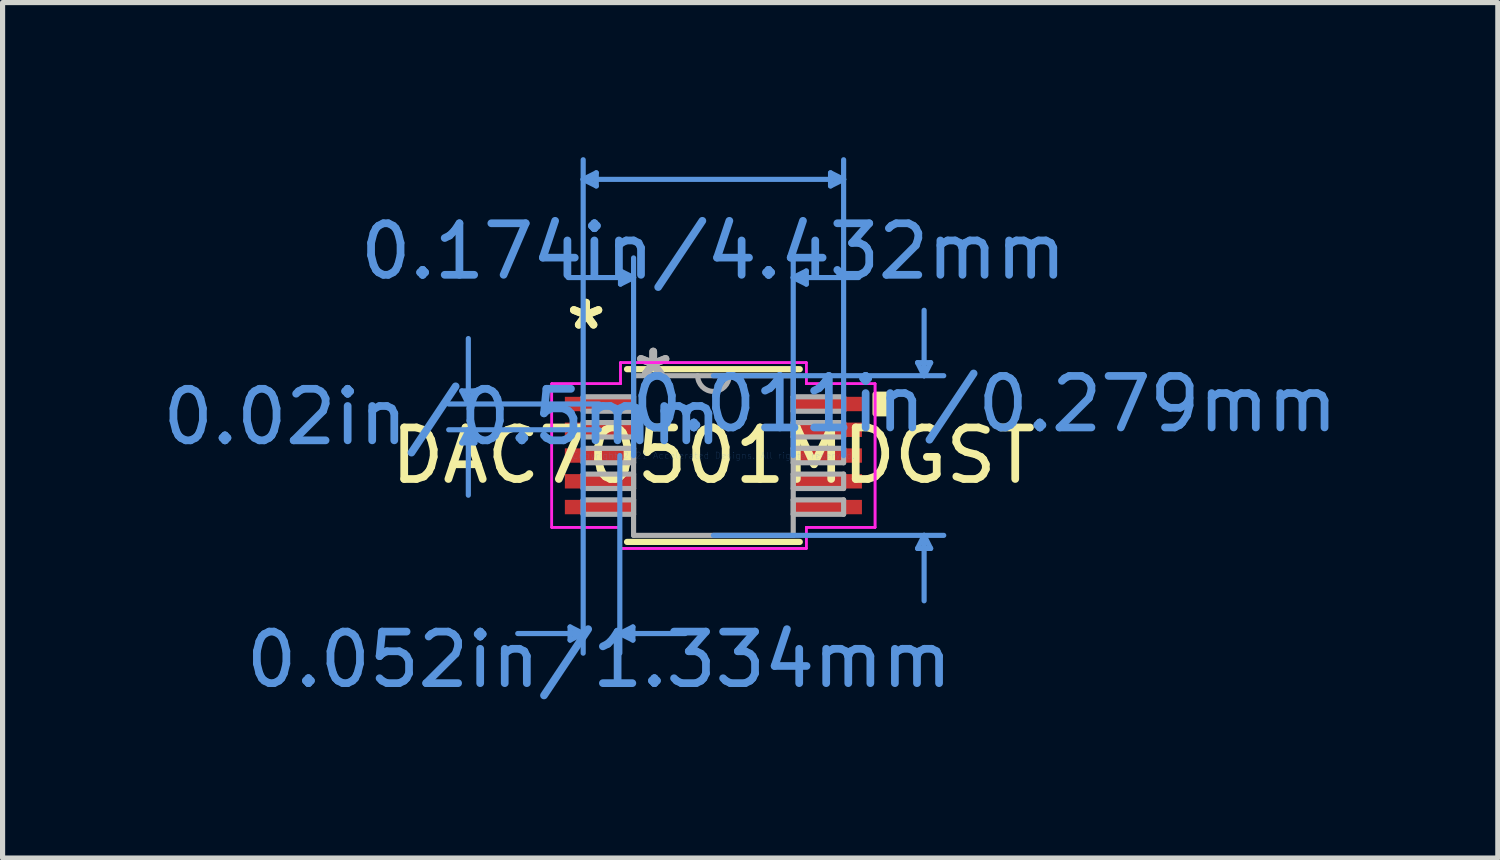
<source format=kicad_pcb>
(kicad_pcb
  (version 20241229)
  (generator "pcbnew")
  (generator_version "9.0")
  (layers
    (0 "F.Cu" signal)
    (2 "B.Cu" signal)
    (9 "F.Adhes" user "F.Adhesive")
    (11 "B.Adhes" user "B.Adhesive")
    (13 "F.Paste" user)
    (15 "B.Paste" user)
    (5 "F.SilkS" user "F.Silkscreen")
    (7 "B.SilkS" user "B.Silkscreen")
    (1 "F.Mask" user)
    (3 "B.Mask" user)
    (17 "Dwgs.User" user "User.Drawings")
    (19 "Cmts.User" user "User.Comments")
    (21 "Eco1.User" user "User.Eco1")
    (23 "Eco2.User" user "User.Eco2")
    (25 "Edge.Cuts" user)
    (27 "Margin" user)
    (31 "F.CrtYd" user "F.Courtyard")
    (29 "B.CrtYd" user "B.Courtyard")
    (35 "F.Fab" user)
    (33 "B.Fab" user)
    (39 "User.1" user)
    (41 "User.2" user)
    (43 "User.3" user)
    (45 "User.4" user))
  (footprint "DAC70501MDGST"
    (layer "F.Cu")
    (at 10.794 5.79)
    (property "Reference" "DAC70501MDGST" (at 0 0 0) (layer "F.SilkS") (effects (font (size 1 1) (thickness 0.15))))
    (attr through_hole)
    (fp_line (start -1.676 1.676) (end 1.676 1.676) (stroke (width 0.12) (type solid)) (layer "F.SilkS"))
    (fp_line (start 1.676 -1.676) (end -1.676 -1.676) (stroke (width 0.12) (type solid)) (layer "F.SilkS"))
    (fp_poly (pts (xy 3.391 -1.191) (xy 3.391 -0.81) (xy 3.137 -0.81) (xy 3.137 -1.191)) (stroke (width 0.1) (type solid)) (fill yes) (layer "F.SilkS"))
    (fp_line (start -4.883 -1.254) (end -4.629 -1.254) (stroke (width 0.1) (type solid)) (layer "Cmts.User"))
    (fp_line (start -4.883 -0.246) (end -4.629 -0.246) (stroke (width 0.1) (type solid)) (layer "Cmts.User"))
    (fp_line (start -4.756 -1) (end -4.883 -1.254) (stroke (width 0.1) (type solid)) (layer "Cmts.User"))
    (fp_line (start -4.756 -1) (end -4.756 -2.27) (stroke (width 0.1) (type solid)) (layer "Cmts.User"))
    (fp_line (start -4.756 -1) (end -4.629 -1.254) (stroke (width 0.1) (type solid)) (layer "Cmts.User"))
    (fp_line (start -4.756 -0.5) (end -4.883 -0.246) (stroke (width 0.1) (type solid)) (layer "Cmts.User"))
    (fp_line (start -4.756 -0.5) (end -4.756 0.77) (stroke (width 0.1) (type solid)) (layer "Cmts.User"))
    (fp_line (start -4.756 -0.5) (end -4.629 -0.246) (stroke (width 0.1) (type solid)) (layer "Cmts.User"))
    (fp_line (start -2.781 3.327) (end -2.781 3.581) (stroke (width 0.1) (type solid)) (layer "Cmts.User"))
    (fp_line (start -2.527 -5.359) (end -2.273 -5.486) (stroke (width 0.1) (type solid)) (layer "Cmts.User"))
    (fp_line (start -2.527 -5.359) (end -2.273 -5.232) (stroke (width 0.1) (type solid)) (layer "Cmts.User"))
    (fp_line (start -2.527 -5.359) (end 2.527 -5.359) (stroke (width 0.1) (type solid)) (layer "Cmts.User"))
    (fp_line (start -2.527 0) (end -2.527 -5.74) (stroke (width 0.1) (type solid)) (layer "Cmts.User"))
    (fp_line (start -2.527 0) (end -2.527 3.835) (stroke (width 0.1) (type solid)) (layer "Cmts.User"))
    (fp_line (start -2.527 3.454) (end -3.797 3.454) (stroke (width 0.1) (type solid)) (layer "Cmts.User"))
    (fp_line (start -2.527 3.454) (end -2.781 3.327) (stroke (width 0.1) (type solid)) (layer "Cmts.User"))
    (fp_line (start -2.527 3.454) (end -2.781 3.581) (stroke (width 0.1) (type solid)) (layer "Cmts.User"))
    (fp_line (start -2.273 -5.486) (end -2.273 -5.232) (stroke (width 0.1) (type solid)) (layer "Cmts.User"))
    (fp_line (start -2.216 -1) (end -5.137 -1) (stroke (width 0.1) (type solid)) (layer "Cmts.User"))
    (fp_line (start -2.216 -0.5) (end -5.137 -0.5) (stroke (width 0.1) (type solid)) (layer "Cmts.User"))
    (fp_line (start -1.816 0) (end -1.816 3.835) (stroke (width 0.1) (type solid)) (layer "Cmts.User"))
    (fp_line (start -1.816 3.454) (end -1.562 3.327) (stroke (width 0.1) (type solid)) (layer "Cmts.User"))
    (fp_line (start -1.816 3.454) (end -1.562 3.581) (stroke (width 0.1) (type solid)) (layer "Cmts.User"))
    (fp_line (start -1.816 3.454) (end -0.546 3.454) (stroke (width 0.1) (type solid)) (layer "Cmts.User"))
    (fp_line (start -1.803 -3.581) (end -1.803 -3.327) (stroke (width 0.1) (type solid)) (layer "Cmts.User"))
    (fp_line (start -1.562 3.327) (end -1.562 3.581) (stroke (width 0.1) (type solid)) (layer "Cmts.User"))
    (fp_line (start -1.549 -3.454) (end -2.819 -3.454) (stroke (width 0.1) (type solid)) (layer "Cmts.User"))
    (fp_line (start -1.549 -3.454) (end -1.803 -3.581) (stroke (width 0.1) (type solid)) (layer "Cmts.User"))
    (fp_line (start -1.549 -3.454) (end -1.803 -3.327) (stroke (width 0.1) (type solid)) (layer "Cmts.User"))
    (fp_line (start -1.549 0) (end -1.549 -3.835) (stroke (width 0.1) (type solid)) (layer "Cmts.User"))
    (fp_line (start 0 -1.549) (end 4.47 -1.549) (stroke (width 0.1) (type solid)) (layer "Cmts.User"))
    (fp_line (start 0 1.549) (end 4.47 1.549) (stroke (width 0.1) (type solid)) (layer "Cmts.User"))
    (fp_line (start 1.549 -3.454) (end 1.803 -3.581) (stroke (width 0.1) (type solid)) (layer "Cmts.User"))
    (fp_line (start 1.549 -3.454) (end 1.803 -3.327) (stroke (width 0.1) (type solid)) (layer "Cmts.User"))
    (fp_line (start 1.549 -3.454) (end 2.819 -3.454) (stroke (width 0.1) (type solid)) (layer "Cmts.User"))
    (fp_line (start 1.549 0) (end 1.549 -3.835) (stroke (width 0.1) (type solid)) (layer "Cmts.User"))
    (fp_line (start 1.803 -3.581) (end 1.803 -3.327) (stroke (width 0.1) (type solid)) (layer "Cmts.User"))
    (fp_line (start 2.273 -5.486) (end 2.273 -5.232) (stroke (width 0.1) (type solid)) (layer "Cmts.User"))
    (fp_line (start 2.527 -5.359) (end 2.273 -5.486) (stroke (width 0.1) (type solid)) (layer "Cmts.User"))
    (fp_line (start 2.527 -5.359) (end 2.273 -5.232) (stroke (width 0.1) (type solid)) (layer "Cmts.User"))
    (fp_line (start 2.527 0) (end 2.527 -5.74) (stroke (width 0.1) (type solid)) (layer "Cmts.User"))
    (fp_line (start 3.962 -1.803) (end 4.216 -1.803) (stroke (width 0.1) (type solid)) (layer "Cmts.User"))
    (fp_line (start 3.962 1.803) (end 4.216 1.803) (stroke (width 0.1) (type solid)) (layer "Cmts.User"))
    (fp_line (start 4.089 -1.549) (end 3.962 -1.803) (stroke (width 0.1) (type solid)) (layer "Cmts.User"))
    (fp_line (start 4.089 -1.549) (end 4.089 -2.819) (stroke (width 0.1) (type solid)) (layer "Cmts.User"))
    (fp_line (start 4.089 -1.549) (end 4.216 -1.803) (stroke (width 0.1) (type solid)) (layer "Cmts.User"))
    (fp_line (start 4.089 1.549) (end 3.962 1.803) (stroke (width 0.1) (type solid)) (layer "Cmts.User"))
    (fp_line (start 4.089 1.549) (end 4.089 2.819) (stroke (width 0.1) (type solid)) (layer "Cmts.User"))
    (fp_line (start 4.089 1.549) (end 4.216 1.803) (stroke (width 0.1) (type solid)) (layer "Cmts.User"))
    (fp_line (start -3.137 -1.394) (end -1.803 -1.394) (stroke (width 0.05) (type solid)) (layer "F.CrtYd"))
    (fp_line (start -3.137 -1.394) (end -1.803 -1.394) (stroke (width 0.05) (type solid)) (layer "F.CrtYd"))
    (fp_line (start -3.137 1.394) (end -3.137 -1.394) (stroke (width 0.05) (type solid)) (layer "F.CrtYd"))
    (fp_line (start -3.137 1.394) (end -3.137 -1.394) (stroke (width 0.05) (type solid)) (layer "F.CrtYd"))
    (fp_line (start -3.137 1.394) (end -1.803 1.394) (stroke (width 0.05) (type solid)) (layer "F.CrtYd"))
    (fp_line (start -1.803 -1.803) (end 1.803 -1.803) (stroke (width 0.05) (type solid)) (layer "F.CrtYd"))
    (fp_line (start -1.803 -1.803) (end 1.803 -1.803) (stroke (width 0.05) (type solid)) (layer "F.CrtYd"))
    (fp_line (start -1.803 -1.394) (end -1.803 -1.803) (stroke (width 0.05) (type solid)) (layer "F.CrtYd"))
    (fp_line (start -1.803 -1.394) (end -1.803 -1.803) (stroke (width 0.05) (type solid)) (layer "F.CrtYd"))
    (fp_line (start -1.803 1.394) (end -3.137 1.394) (stroke (width 0.05) (type solid)) (layer "F.CrtYd"))
    (fp_line (start -1.803 1.803) (end -1.803 1.394) (stroke (width 0.05) (type solid)) (layer "F.CrtYd"))
    (fp_line (start -1.803 1.803) (end -1.803 1.394) (stroke (width 0.05) (type solid)) (layer "F.CrtYd"))
    (fp_line (start 1.803 -1.803) (end 1.803 -1.394) (stroke (width 0.05) (type solid)) (layer "F.CrtYd"))
    (fp_line (start 1.803 -1.803) (end 1.803 -1.394) (stroke (width 0.05) (type solid)) (layer "F.CrtYd"))
    (fp_line (start 1.803 -1.394) (end 3.137 -1.394) (stroke (width 0.05) (type solid)) (layer "F.CrtYd"))
    (fp_line (start 1.803 1.394) (end 1.803 1.803) (stroke (width 0.05) (type solid)) (layer "F.CrtYd"))
    (fp_line (start 1.803 1.394) (end 1.803 1.803) (stroke (width 0.05) (type solid)) (layer "F.CrtYd"))
    (fp_line (start 1.803 1.803) (end -1.803 1.803) (stroke (width 0.05) (type solid)) (layer "F.CrtYd"))
    (fp_line (start 1.803 1.803) (end -1.803 1.803) (stroke (width 0.05) (type solid)) (layer "F.CrtYd"))
    (fp_line (start 3.137 -1.394) (end 1.803 -1.394) (stroke (width 0.05) (type solid)) (layer "F.CrtYd"))
    (fp_line (start 3.137 -1.394) (end 3.137 1.394) (stroke (width 0.05) (type solid)) (layer "F.CrtYd"))
    (fp_line (start 3.137 -1.394) (end 3.137 1.394) (stroke (width 0.05) (type solid)) (layer "F.CrtYd"))
    (fp_line (start 3.137 1.394) (end 1.803 1.394) (stroke (width 0.05) (type solid)) (layer "F.CrtYd"))
    (fp_line (start 3.137 1.394) (end 1.803 1.394) (stroke (width 0.05) (type solid)) (layer "F.CrtYd"))
    (fp_line (start -2.527 -1.14) (end -2.527 -0.86) (stroke (width 0.1) (type solid)) (layer "F.Fab"))
    (fp_line (start -2.527 -0.86) (end -1.549 -0.86) (stroke (width 0.1) (type solid)) (layer "F.Fab"))
    (fp_line (start -2.527 -0.64) (end -2.527 -0.36) (stroke (width 0.1) (type solid)) (layer "F.Fab"))
    (fp_line (start -2.527 -0.36) (end -1.549 -0.36) (stroke (width 0.1) (type solid)) (layer "F.Fab"))
    (fp_line (start -2.527 -0.14) (end -2.527 0.14) (stroke (width 0.1) (type solid)) (layer "F.Fab"))
    (fp_line (start -2.527 0.14) (end -1.549 0.14) (stroke (width 0.1) (type solid)) (layer "F.Fab"))
    (fp_line (start -2.527 0.36) (end -2.527 0.64) (stroke (width 0.1) (type solid)) (layer "F.Fab"))
    (fp_line (start -2.527 0.64) (end -1.549 0.64) (stroke (width 0.1) (type solid)) (layer "F.Fab"))
    (fp_line (start -2.527 0.86) (end -2.527 1.14) (stroke (width 0.1) (type solid)) (layer "F.Fab"))
    (fp_line (start -2.527 1.14) (end -1.549 1.14) (stroke (width 0.1) (type solid)) (layer "F.Fab"))
    (fp_line (start -1.549 -1.549) (end -1.549 1.549) (stroke (width 0.1) (type solid)) (layer "F.Fab"))
    (fp_line (start -1.549 -1.14) (end -2.527 -1.14) (stroke (width 0.1) (type solid)) (layer "F.Fab"))
    (fp_line (start -1.549 -0.86) (end -1.549 -1.14) (stroke (width 0.1) (type solid)) (layer "F.Fab"))
    (fp_line (start -1.549 -0.64) (end -2.527 -0.64) (stroke (width 0.1) (type solid)) (layer "F.Fab"))
    (fp_line (start -1.549 -0.36) (end -1.549 -0.64) (stroke (width 0.1) (type solid)) (layer "F.Fab"))
    (fp_line (start -1.549 -0.14) (end -2.527 -0.14) (stroke (width 0.1) (type solid)) (layer "F.Fab"))
    (fp_line (start -1.549 0.14) (end -1.549 -0.14) (stroke (width 0.1) (type solid)) (layer "F.Fab"))
    (fp_line (start -1.549 0.36) (end -2.527 0.36) (stroke (width 0.1) (type solid)) (layer "F.Fab"))
    (fp_line (start -1.549 0.64) (end -1.549 0.36) (stroke (width 0.1) (type solid)) (layer "F.Fab"))
    (fp_line (start -1.549 0.86) (end -2.527 0.86) (stroke (width 0.1) (type solid)) (layer "F.Fab"))
    (fp_line (start -1.549 1.14) (end -1.549 0.86) (stroke (width 0.1) (type solid)) (layer "F.Fab"))
    (fp_line (start -1.549 1.549) (end 1.549 1.549) (stroke (width 0.1) (type solid)) (layer "F.Fab"))
    (fp_line (start 1.549 -1.549) (end -1.549 -1.549) (stroke (width 0.1) (type solid)) (layer "F.Fab"))
    (fp_line (start 1.549 -1.14) (end 1.549 -0.86) (stroke (width 0.1) (type solid)) (layer "F.Fab"))
    (fp_line (start 1.549 -0.86) (end 2.527 -0.86) (stroke (width 0.1) (type solid)) (layer "F.Fab"))
    (fp_line (start 1.549 -0.64) (end 1.549 -0.36) (stroke (width 0.1) (type solid)) (layer "F.Fab"))
    (fp_line (start 1.549 -0.36) (end 2.527 -0.36) (stroke (width 0.1) (type solid)) (layer "F.Fab"))
    (fp_line (start 1.549 -0.14) (end 1.549 0.14) (stroke (width 0.1) (type solid)) (layer "F.Fab"))
    (fp_line (start 1.549 0.14) (end 2.527 0.14) (stroke (width 0.1) (type solid)) (layer "F.Fab"))
    (fp_line (start 1.549 0.36) (end 1.549 0.64) (stroke (width 0.1) (type solid)) (layer "F.Fab"))
    (fp_line (start 1.549 0.64) (end 2.527 0.64) (stroke (width 0.1) (type solid)) (layer "F.Fab"))
    (fp_line (start 1.549 0.86) (end 1.549 1.14) (stroke (width 0.1) (type solid)) (layer "F.Fab"))
    (fp_line (start 1.549 1.14) (end 2.527 1.14) (stroke (width 0.1) (type solid)) (layer "F.Fab"))
    (fp_line (start 1.549 1.549) (end 1.549 -1.549) (stroke (width 0.1) (type solid)) (layer "F.Fab"))
    (fp_line (start 2.527 -1.14) (end 1.549 -1.14) (stroke (width 0.1) (type solid)) (layer "F.Fab"))
    (fp_line (start 2.527 -0.86) (end 2.527 -1.14) (stroke (width 0.1) (type solid)) (layer "F.Fab"))
    (fp_line (start 2.527 -0.64) (end 1.549 -0.64) (stroke (width 0.1) (type solid)) (layer "F.Fab"))
    (fp_line (start 2.527 -0.36) (end 2.527 -0.64) (stroke (width 0.1) (type solid)) (layer "F.Fab"))
    (fp_line (start 2.527 -0.14) (end 1.549 -0.14) (stroke (width 0.1) (type solid)) (layer "F.Fab"))
    (fp_line (start 2.527 0.14) (end 2.527 -0.14) (stroke (width 0.1) (type solid)) (layer "F.Fab"))
    (fp_line (start 2.527 0.36) (end 1.549 0.36) (stroke (width 0.1) (type solid)) (layer "F.Fab"))
    (fp_line (start 2.527 0.64) (end 2.527 0.36) (stroke (width 0.1) (type solid)) (layer "F.Fab"))
    (fp_line (start 2.527 0.86) (end 1.549 0.86) (stroke (width 0.1) (type solid)) (layer "F.Fab"))
    (fp_line (start 2.527 1.14) (end 2.527 0.86) (stroke (width 0.1) (type solid)) (layer "F.Fab"))
    (fp_arc (start 0.3048 -1.5494) (mid 0 -1.2446) (end -0.3048 -1.5494) (stroke (width 0.1) (type solid)) (layer "F.Fab"))
    (fp_text user "*" (at -2.47 -2.422 0) (layer "F.SilkS") (effects (font (size 1 1) (thickness 0.15))))
    (fp_text user "*" (at -2.47 -2.422 0) (layer "F.SilkS") (effects (font (size 1 1) (thickness 0.15))))
    (fp_text user "0.02in/0.5mm" (at -5.264 -0.75 0) (layer "Cmts.User") (effects (font (size 1 1) (thickness 0.15))))
    (fp_text user "0.011in/0.279mm" (at 5.264 -1 0) (layer "Cmts.User") (effects (font (size 1 1) (thickness 0.15))))
    (fp_text user "0.174in/4.432mm" (at 0 -3.962 0) (layer "Cmts.User") (effects (font (size 1 1) (thickness 0.15))))
    (fp_text user "Copyright 2021 Accelerated Designs. All rights reserved." (at 0 0 0) (layer "Cmts.User") (effects (font (size 0.127 0.127) (thickness 0.002))))
    (fp_text user "0.052in/1.334mm" (at -2.216 3.962 0) (layer "Cmts.User") (effects (font (size 1 1) (thickness 0.15))))
    (fp_text user "*" (at -1.168 -1.473 0) (layer "F.Fab") (effects (font (size 1 1) (thickness 0.15))))
    (fp_text user "*" (at -1.168 -1.473 0) (layer "F.Fab") (effects (font (size 1 1) (thickness 0.15))))
    (pad "1" smd rect (at -2.216 -1) (size 1.333 0.279) (layers "F.Cu" "F.Mask" "F.Paste"))
    (pad "2" smd rect (at -2.216 -0.5) (size 1.333 0.279) (layers "F.Cu" "F.Mask" "F.Paste"))
    (pad "3" smd rect (at -2.216 0) (size 1.333 0.279) (layers "F.Cu" "F.Mask" "F.Paste"))
    (pad "4" smd rect (at -2.216 0.5) (size 1.333 0.279) (layers "F.Cu" "F.Mask" "F.Paste"))
    (pad "5" smd rect (at -2.216 1) (size 1.333 0.279) (layers "F.Cu" "F.Mask" "F.Paste"))
    (pad "6" smd rect (at 2.216 1) (size 1.333 0.279) (layers "F.Cu" "F.Mask" "F.Paste"))
    (pad "7" smd rect (at 2.216 0.5) (size 1.333 0.279) (layers "F.Cu" "F.Mask" "F.Paste"))
    (pad "8" smd rect (at 2.216 0) (size 1.333 0.279) (layers "F.Cu" "F.Mask" "F.Paste"))
    (pad "9" smd rect (at 2.216 -0.5) (size 1.333 0.279) (layers "F.Cu" "F.Mask" "F.Paste"))
    (pad "10" smd rect (at 2.216 -1) (size 1.333 0.279) (layers "F.Cu" "F.Mask" "F.Paste")))
  (gr_rect
    (start -3 -3)
    (end 26.016 13.601)
    (stroke (width 0.1) (type default))
    (fill no)
    (layer "Edge.Cuts")))
</source>
